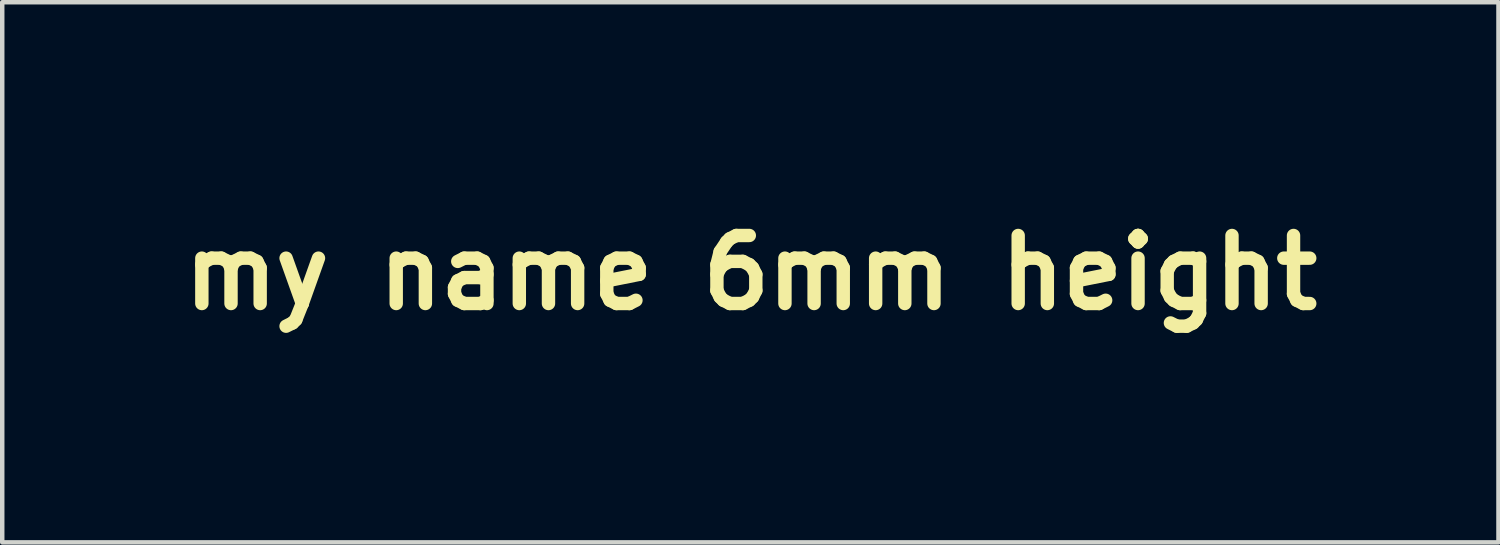
<source format=kicad_pcb>
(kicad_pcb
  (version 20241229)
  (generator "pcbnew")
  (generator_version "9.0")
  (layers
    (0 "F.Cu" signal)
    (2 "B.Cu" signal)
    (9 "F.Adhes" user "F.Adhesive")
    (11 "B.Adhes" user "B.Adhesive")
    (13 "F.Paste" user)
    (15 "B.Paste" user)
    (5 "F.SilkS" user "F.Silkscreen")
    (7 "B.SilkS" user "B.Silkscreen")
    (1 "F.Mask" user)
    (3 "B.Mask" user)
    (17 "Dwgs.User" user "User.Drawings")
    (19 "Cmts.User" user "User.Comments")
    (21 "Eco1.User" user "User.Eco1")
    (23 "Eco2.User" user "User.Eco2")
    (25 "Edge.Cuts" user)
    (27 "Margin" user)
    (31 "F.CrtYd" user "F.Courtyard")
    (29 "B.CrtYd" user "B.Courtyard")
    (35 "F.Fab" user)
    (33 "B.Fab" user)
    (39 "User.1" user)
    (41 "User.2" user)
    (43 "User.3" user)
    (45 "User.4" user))
  (footprint "my name 6mm height"
    (layer "F.Cu")
    (at 13.773 3.06)
    (property "Reference" "my name 6mm height" (at 0 0 0) (layer "F.SilkS") (effects (font (size 1.524 1.524) (thickness 0.3))))
    (attr board_only exclude_from_pos_files exclude_from_bom)
    (fp_poly (pts (xy -7.521 -2.968) (xy -7.357 -2.921) (xy -7.249 -2.843) (xy -7.197 -2.742) (xy -7.19 -2.624) (xy -7.214 -2.456) (xy -7.264 -2.243) (xy -7.337 -1.994) (xy -7.432 -1.717) (xy -7.544 -1.418) (xy -7.671 -1.107) (xy -7.809 -0.789) (xy -7.956 -0.473) (xy -8.109 -0.167) (xy -8.264 0.122) (xy -8.419 0.387) (xy -8.486 0.494) (xy -8.822 0.98) (xy -9.164 1.405) (xy -9.52 1.775) (xy -9.895 2.095) (xy -10.298 2.373) (xy -10.733 2.615) (xy -10.777 2.637) (xy -11.107 2.78) (xy -11.429 2.882) (xy -11.764 2.947) (xy -12.134 2.98) (xy -12.278 2.986) (xy -12.46 2.989) (xy -12.624 2.989) (xy -12.754 2.987) (xy -12.837 2.983) (xy -12.852 2.981) (xy -13.132 2.904) (xy -13.365 2.794) (xy -13.545 2.653) (xy -13.666 2.486) (xy -13.723 2.305) (xy -13.722 2.103) (xy -13.67 1.891) (xy -13.571 1.674) (xy -13.429 1.462) (xy -13.25 1.264) (xy -13.037 1.086) (xy -12.797 0.937) (xy -12.743 0.909) (xy -12.452 0.794) (xy -12.151 0.718) (xy -11.861 0.685) (xy -11.68 0.69) (xy -11.559 0.707) (xy -11.419 0.736) (xy -11.278 0.771) (xy -11.153 0.808) (xy -11.061 0.843) (xy -11.018 0.87) (xy -11.042 0.882) (xy -11.117 0.892) (xy -11.227 0.897) (xy -11.238 0.897) (xy -11.361 0.903) (xy -11.465 0.921) (xy -11.572 0.957) (xy -11.707 1.018) (xy -11.759 1.044) (xy -12.006 1.19) (xy -12.23 1.368) (xy -12.426 1.571) (xy -12.584 1.786) (xy -12.697 2.005) (xy -12.758 2.218) (xy -12.766 2.314) (xy -12.748 2.473) (xy -12.686 2.585) (xy -12.575 2.656) (xy -12.409 2.69) (xy -12.395 2.692) (xy -12.103 2.682) (xy -11.804 2.606) (xy -11.497 2.465) (xy -11.183 2.258) (xy -10.863 1.986) (xy -10.537 1.651) (xy -10.206 1.252) (xy -9.87 0.79) (xy -9.531 0.265) (xy -9.188 -0.321) (xy -9.127 -0.431) (xy -9.042 -0.591) (xy -8.943 -0.782) (xy -8.836 -0.997) (xy -8.723 -1.227) (xy -8.609 -1.465) (xy -8.497 -1.702) (xy -8.39 -1.93) (xy -8.293 -2.143) (xy -8.209 -2.331) (xy -8.142 -2.487) (xy -8.095 -2.604) (xy -8.073 -2.672) (xy -8.073 -2.687) (xy -8.115 -2.689) (xy -8.207 -2.671) (xy -8.335 -2.638) (xy -8.485 -2.594) (xy -8.644 -2.542) (xy -8.798 -2.488) (xy -8.934 -2.435) (xy -9.021 -2.396) (xy -9.325 -2.215) (xy -9.575 -2.003) (xy -9.771 -1.764) (xy -9.91 -1.503) (xy -9.989 -1.225) (xy -10.006 -0.935) (xy -9.96 -0.638) (xy -9.899 -0.456) (xy -9.857 -0.348) (xy -9.827 -0.267) (xy -9.816 -0.231) (xy -9.846 -0.226) (xy -9.925 -0.23) (xy -10.01 -0.238) (xy -10.334 -0.299) (xy -10.613 -0.397) (xy -10.841 -0.529) (xy -11.016 -0.694) (xy -11.119 -0.859) (xy -11.181 -1.036) (xy -11.194 -1.206) (xy -11.155 -1.381) (xy -11.062 -1.574) (xy -10.993 -1.685) (xy -10.804 -1.912) (xy -10.556 -2.125) (xy -10.252 -2.321) (xy -9.9 -2.497) (xy -9.506 -2.652) (xy -9.074 -2.781) (xy -8.612 -2.884) (xy -8.125 -2.957) (xy -8.023 -2.968) (xy -7.743 -2.983)) (stroke (width 0.1) (type solid)) (fill no) (layer "Eco1.User"))
    (fp_poly (pts (xy 5.833 -2.993) (xy 6.026 -2.943) (xy 6.179 -2.854) (xy 6.286 -2.734) (xy 6.338 -2.589) (xy 6.341 -2.537) (xy 6.336 -2.487) (xy 6.319 -2.415) (xy 6.289 -2.317) (xy 6.243 -2.189) (xy 6.181 -2.027) (xy 6.101 -1.826) (xy 6 -1.582) (xy 5.877 -1.29) (xy 5.731 -0.947) (xy 5.559 -0.549) (xy 5.49 -0.388) (xy 5.26 0.144) (xy 5.054 0.622) (xy 4.872 1.044) (xy 4.715 1.41) (xy 4.582 1.718) (xy 4.475 1.969) (xy 4.394 2.16) (xy 4.338 2.292) (xy 4.309 2.363) (xy 4.306 2.372) (xy 4.285 2.406) (xy 4.242 2.421) (xy 4.16 2.419) (xy 4.09 2.412) (xy 3.794 2.354) (xy 3.548 2.255) (xy 3.35 2.111) (xy 3.203 1.932) (xy 3.127 1.784) (xy 3.049 1.579) (xy 2.97 1.329) (xy 2.893 1.043) (xy 2.82 0.733) (xy 2.753 0.408) (xy 2.696 0.081) (xy 2.649 -0.24) (xy 2.615 -0.542) (xy 2.597 -0.816) (xy 2.594 -0.909) (xy 2.592 -1.065) (xy 2.588 -1.163) (xy 2.581 -1.212) (xy 2.567 -1.222) (xy 2.545 -1.2) (xy 2.529 -1.179) (xy 2.502 -1.134) (xy 2.448 -1.035) (xy 2.37 -0.887) (xy 2.27 -0.696) (xy 2.151 -0.468) (xy 2.016 -0.208) (xy 1.869 0.078) (xy 1.712 0.384) (xy 1.599 0.607) (xy 1.437 0.923) (xy 1.284 1.224) (xy 1.141 1.502) (xy 1.013 1.752) (xy 0.901 1.969) (xy 0.809 2.147) (xy 0.739 2.279) (xy 0.696 2.362) (xy 0.682 2.387) (xy 0.614 2.444) (xy 0.506 2.46) (xy 0.355 2.433) (xy 0.249 2.4) (xy 0.068 2.326) (xy -0.061 2.243) (xy -0.153 2.141) (xy -0.17 2.115) (xy -0.213 2.033) (xy -0.235 1.954) (xy -0.233 1.868) (xy -0.204 1.765) (xy -0.146 1.635) (xy -0.056 1.47) (xy 0.07 1.259) (xy 0.079 1.244) (xy 0.292 0.894) (xy 0.522 0.522) (xy 0.762 0.134) (xy 1.01 -0.261) (xy 1.26 -0.658) (xy 1.508 -1.049) (xy 1.75 -1.428) (xy 1.981 -1.787) (xy 2.196 -2.12) (xy 2.393 -2.42) (xy 2.565 -2.679) (xy 2.709 -2.892) (xy 2.772 -2.982) (xy 2.82 -2.997) (xy 2.905 -2.981) (xy 3.01 -2.94) (xy 3.117 -2.882) (xy 3.19 -2.827) (xy 3.244 -2.779) (xy 3.29 -2.736) (xy 3.327 -2.69) (xy 3.356 -2.635) (xy 3.38 -2.566) (xy 3.398 -2.474) (xy 3.411 -2.355) (xy 3.421 -2.201) (xy 3.428 -2.006) (xy 3.434 -1.764) (xy 3.439 -1.467) (xy 3.445 -1.11) (xy 3.445 -1.079) (xy 3.452 -0.661) (xy 3.46 -0.303) (xy 3.47 0.003) (xy 3.481 0.263) (xy 3.494 0.485) (xy 3.51 0.677) (xy 3.53 0.845) (xy 3.553 0.998) (xy 3.58 1.142) (xy 3.581 1.147) (xy 3.619 1.332) (xy 3.808 0.944) (xy 3.868 0.82) (xy 3.951 0.645) (xy 4.053 0.43) (xy 4.169 0.184) (xy 4.294 -0.081) (xy 4.423 -0.356) (xy 4.517 -0.557) (xy 4.654 -0.85) (xy 4.799 -1.156) (xy 4.945 -1.462) (xy 5.085 -1.755) (xy 5.214 -2.02) (xy 5.323 -2.244) (xy 5.371 -2.34) (xy 5.705 -3.01)) (stroke (width 0.1) (type solid)) (fill no) (layer "Eco1.User"))
    (fp_poly (pts (xy -5.659 -0.889) (xy -5.474 -0.821) (xy -5.336 -0.708) (xy -5.247 -0.547) (xy -5.204 -0.343) (xy -5.211 -0.099) (xy -5.27 0.171) (xy -5.376 0.455) (xy -5.527 0.741) (xy -5.609 0.869) (xy -5.674 0.972) (xy -5.696 1.03) (xy -5.68 1.046) (xy -5.591 1.022) (xy -5.465 0.955) (xy -5.31 0.851) (xy -5.152 0.727) (xy -5.06 0.648) (xy -4.987 0.575) (xy -4.924 0.497) (xy -4.862 0.398) (xy -4.79 0.266) (xy -4.701 0.092) (xy -4.561 -0.186) (xy -4.443 -0.409) (xy -4.342 -0.582) (xy -4.253 -0.712) (xy -4.171 -0.803) (xy -4.09 -0.862) (xy -4.004 -0.895) (xy -3.909 -0.908) (xy -3.798 -0.906) (xy -3.776 -0.904) (xy -3.661 -0.889) (xy -3.568 -0.866) (xy -3.53 -0.848) (xy -3.514 -0.835) (xy -3.503 -0.822) (xy -3.5 -0.802) (xy -3.506 -0.765) (xy -3.526 -0.706) (xy -3.56 -0.616) (xy -3.612 -0.489) (xy -3.684 -0.316) (xy -3.778 -0.09) (xy -3.807 -0.022) (xy -3.946 0.309) (xy -3.489 -0.13) (xy -3.326 -0.283) (xy -3.16 -0.432) (xy -3.005 -0.566) (xy -2.875 -0.672) (xy -2.798 -0.729) (xy -2.67 -0.812) (xy -2.574 -0.861) (xy -2.489 -0.885) (xy -2.398 -0.891) (xy -2.279 -0.884) (xy -2.196 -0.853) (xy -2.141 -0.81) (xy -2.091 -0.757) (xy -2.066 -0.703) (xy -2.06 -0.626) (xy -2.067 -0.518) (xy -2.072 -0.459) (xy -2.081 -0.403) (xy -2.095 -0.34) (xy -2.118 -0.266) (xy -2.152 -0.173) (xy -2.199 -0.055) (xy -2.263 0.096) (xy -2.346 0.286) (xy -2.45 0.522) (xy -2.579 0.81) (xy -2.624 0.911) (xy -2.716 1.119) (xy -2.783 1.273) (xy -2.827 1.382) (xy -2.85 1.454) (xy -2.855 1.495) (xy -2.845 1.513) (xy -2.822 1.518) (xy -2.758 1.495) (xy -2.658 1.426) (xy -2.521 1.308) (xy -2.345 1.142) (xy -2.129 0.925) (xy -1.941 0.731) (xy -1.754 0.537) (xy -1.609 0.393) (xy -1.504 0.297) (xy -1.439 0.248) (xy -1.411 0.245) (xy -1.386 0.334) (xy -1.392 0.45) (xy -1.428 0.563) (xy -1.43 0.567) (xy -1.478 0.633) (xy -1.567 0.734) (xy -1.69 0.862) (xy -1.835 1.007) (xy -1.996 1.162) (xy -2.161 1.316) (xy -2.323 1.462) (xy -2.472 1.591) (xy -2.598 1.694) (xy -2.629 1.717) (xy -2.812 1.85) (xy -2.956 1.944) (xy -3.072 2.006) (xy -3.172 2.04) (xy -3.268 2.053) (xy -3.364 2.05) (xy -3.54 2.016) (xy -3.659 1.947) (xy -3.725 1.842) (xy -3.738 1.771) (xy -3.73 1.638) (xy -3.688 1.457) (xy -3.617 1.234) (xy -3.517 0.977) (xy -3.393 0.696) (xy -3.353 0.611) (xy -3.251 0.392) (xy -3.181 0.225) (xy -3.144 0.11) (xy -3.143 0.048) (xy -3.178 0.037) (xy -3.252 0.077) (xy -3.366 0.169) (xy -3.522 0.311) (xy -3.72 0.504) (xy -3.757 0.539) (xy -3.927 0.709) (xy -4.057 0.841) (xy -4.154 0.945) (xy -4.225 1.03) (xy -4.279 1.108) (xy -4.323 1.187) (xy -4.365 1.276) (xy -4.396 1.347) (xy -4.508 1.59) (xy -4.611 1.774) (xy -4.714 1.906) (xy -4.823 1.993) (xy -4.946 2.041) (xy -5.088 2.057) (xy -5.109 2.058) (xy -5.227 2.047) (xy -5.311 2.008) (xy -5.348 1.975) (xy -5.404 1.909) (xy -5.43 1.86) (xy -5.431 1.856) (xy -5.42 1.812) (xy -5.39 1.719) (xy -5.346 1.591) (xy -5.303 1.474) (xy -5.175 1.128) (xy -5.43 1.257) (xy -5.587 1.328) (xy -5.745 1.384) (xy -5.869 1.413) (xy -5.98 1.435) (xy -6.08 1.476) (xy -6.192 1.545) (xy -6.286 1.614) (xy -6.599 1.825) (xy -6.903 1.97) (xy -7.147 2.043) (xy -7.349 2.078) (xy -7.513 2.085) (xy -7.662 2.066) (xy -7.754 2.041) (xy -7.934 1.951) (xy -8.075 1.813) (xy -8.171 1.635) (xy -8.19 1.548) (xy -7.46 1.548) (xy -7.435 1.65) (xy -7.423 1.668) (xy -7.344 1.714) (xy -7.233 1.714) (xy -7.107 1.672) (xy -7.026 1.623) (xy -6.94 1.551) (xy -6.846 1.459) (xy -6.758 1.361) (xy -6.687 1.272) (xy -6.649 1.208) (xy -6.645 1.193) (xy -6.659 1.145) (xy -6.695 1.064) (xy -6.713 1.029) (xy -6.772 0.855) (xy -6.768 0.694) (xy -6.704 0.554) (xy -6.581 0.443) (xy -6.543 0.421) (xy -6.432 0.382) (xy -6.32 0.373) (xy -6.235 0.394) (xy -6.218 0.407) (xy -6.188 0.398) (xy -6.146 0.336) (xy -6.095 0.234) (xy -6.04 0.103) (xy -5.986 -0.044) (xy -5.938 -0.195) (xy -5.899 -0.337) (xy -5.875 -0.458) (xy -5.869 -0.527) (xy -5.886 -0.642) (xy -5.938 -0.699) (xy -5.983 -0.708) (xy -6.115 -0.677) (xy -6.268 -0.591) (xy -6.435 -0.456) (xy -6.608 -0.281) (xy -6.782 -0.072) (xy -6.95 0.164) (xy -7.105 0.421) (xy -7.181 0.564) (xy -7.283 0.789) (xy -7.365 1.011) (xy -7.423 1.219) (xy -7.456 1.401) (xy -7.46 1.548) (xy -8.19 1.548) (xy -8.218 1.425) (xy -8.214 1.22) (xy -8.147 0.921) (xy -8.026 0.612) (xy -7.859 0.306) (xy -7.653 0.016) (xy -7.418 -0.243) (xy -7.197 -0.433) (xy -6.891 -0.638) (xy -6.594 -0.783) (xy -6.295 -0.872) (xy -5.983 -0.909) (xy -5.895 -0.911)) (stroke (width 0.1) (type solid)) (fill no) (layer "Eco1.User"))
    (fp_poly (pts (xy 13.49 -2.178) (xy 13.608 -2.156) (xy 13.686 -2.117) (xy 13.694 -2.109) (xy 13.697 -2.086) (xy 13.686 -2.036) (xy 13.659 -1.954) (xy 13.615 -1.837) (xy 13.552 -1.681) (xy 13.469 -1.483) (xy 13.364 -1.237) (xy 13.235 -0.94) (xy 13.081 -0.588) (xy 12.972 -0.341) (xy 12.83 -0.019) (xy 12.697 0.286) (xy 12.575 0.567) (xy 12.466 0.82) (xy 12.374 1.039) (xy 12.3 1.217) (xy 12.246 1.349) (xy 12.217 1.428) (xy 12.211 1.449) (xy 12.234 1.507) (xy 12.269 1.518) (xy 12.307 1.495) (xy 12.386 1.429) (xy 12.498 1.328) (xy 12.637 1.197) (xy 12.796 1.042) (xy 12.968 0.87) (xy 12.978 0.86) (xy 13.171 0.665) (xy 13.322 0.515) (xy 13.436 0.403) (xy 13.52 0.326) (xy 13.578 0.278) (xy 13.616 0.256) (xy 13.639 0.254) (xy 13.654 0.269) (xy 13.66 0.283) (xy 13.679 0.352) (xy 13.678 0.421) (xy 13.652 0.496) (xy 13.597 0.585) (xy 13.509 0.695) (xy 13.382 0.832) (xy 13.212 1.003) (xy 13.095 1.118) (xy 12.806 1.392) (xy 12.555 1.614) (xy 12.337 1.787) (xy 12.148 1.915) (xy 11.985 2) (xy 11.844 2.043) (xy 11.795 2.05) (xy 11.605 2.041) (xy 11.453 1.979) (xy 11.347 1.871) (xy 11.319 1.821) (xy 11.309 1.77) (xy 11.317 1.697) (xy 11.344 1.582) (xy 11.348 1.563) (xy 11.385 1.428) (xy 11.424 1.302) (xy 11.453 1.224) (xy 11.472 1.173) (xy 11.472 1.152) (xy 11.444 1.167) (xy 11.382 1.22) (xy 11.278 1.315) (xy 11.274 1.318) (xy 11.112 1.461) (xy 10.932 1.608) (xy 10.75 1.748) (xy 10.579 1.871) (xy 10.435 1.964) (xy 10.375 1.998) (xy 10.22 2.052) (xy 10.055 2.071) (xy 9.903 2.052) (xy 9.792 2.002) (xy 9.739 1.955) (xy 9.711 1.902) (xy 9.701 1.821) (xy 9.701 1.729) (xy 9.704 1.526) (xy 9.515 1.672) (xy 9.383 1.766) (xy 9.226 1.865) (xy 9.097 1.938) (xy 8.963 2.003) (xy 8.856 2.039) (xy 8.744 2.055) (xy 8.63 2.058) (xy 8.501 2.055) (xy 8.418 2.043) (xy 8.359 2.015) (xy 8.301 1.965) (xy 8.298 1.962) (xy 8.214 1.844) (xy 8.175 1.698) (xy 8.179 1.543) (xy 9.074 1.543) (xy 9.101 1.576) (xy 9.169 1.583) (xy 9.257 1.565) (xy 9.336 1.528) (xy 9.425 1.468) (xy 9.532 1.388) (xy 9.644 1.3) (xy 9.747 1.214) (xy 9.829 1.14) (xy 9.877 1.091) (xy 9.883 1.078) (xy 9.897 1.039) (xy 9.935 0.948) (xy 9.991 0.819) (xy 10.063 0.661) (xy 10.12 0.537) (xy 10.198 0.368) (xy 10.265 0.22) (xy 10.317 0.106) (xy 10.348 0.035) (xy 10.356 0.017) (xy 10.327 -0.000146) (xy 10.257 -0.027) (xy 10.238 -0.034) (xy 10.155 -0.071) (xy 10.122 -0.106) (xy 10.143 -0.13) (xy 10.188 -0.135) (xy 10.3 -0.157) (xy 10.427 -0.214) (xy 10.552 -0.295) (xy 10.66 -0.388) (xy 10.735 -0.481) (xy 10.76 -0.559) (xy 10.739 -0.651) (xy 10.679 -0.696) (xy 10.587 -0.696) (xy 10.47 -0.653) (xy 10.333 -0.571) (xy 10.183 -0.452) (xy 10.027 -0.299) (xy 9.954 -0.217) (xy 9.819 -0.043) (xy 9.68 0.165) (xy 9.543 0.394) (xy 9.413 0.633) (xy 9.296 0.871) (xy 9.198 1.096) (xy 9.125 1.296) (xy 9.083 1.461) (xy 9.074 1.543) (xy 8.179 1.543) (xy 8.18 1.514) (xy 8.203 1.378) (xy 8.226 1.264) (xy 8.24 1.182) (xy 8.242 1.147) (xy 8.242 1.147) (xy 8.213 1.167) (xy 8.144 1.222) (xy 8.047 1.301) (xy 7.974 1.362) (xy 7.716 1.559) (xy 7.435 1.743) (xy 7.155 1.897) (xy 6.974 1.98) (xy 6.783 2.038) (xy 6.568 2.073) (xy 6.353 2.083) (xy 6.163 2.065) (xy 6.083 2.045) (xy 5.867 1.949) (xy 5.708 1.818) (xy 5.602 1.648) (xy 5.547 1.437) (xy 5.542 1.389) (xy 5.549 1.152) (xy 5.608 0.891) (xy 5.714 0.618) (xy 5.714 0.618) (xy 6.578 0.618) (xy 6.606 0.619) (xy 6.683 0.592) (xy 6.8 0.543) (xy 6.945 0.474) (xy 6.999 0.447) (xy 7.264 0.296) (xy 7.493 0.131) (xy 7.68 -0.043) (xy 7.818 -0.218) (xy 7.902 -0.389) (xy 7.927 -0.529) (xy 7.924 -0.62) (xy 7.905 -0.662) (xy 7.858 -0.674) (xy 7.824 -0.675) (xy 7.682 -0.645) (xy 7.52 -0.56) (xy 7.345 -0.426) (xy 7.164 -0.249) (xy 6.983 -0.038) (xy 6.811 0.203) (xy 6.685 0.409) (xy 6.63 0.509) (xy 6.591 0.585) (xy 6.578 0.618) (xy 5.714 0.618) (xy 5.859 0.344) (xy 6.039 0.081) (xy 6.249 -0.159) (xy 6.312 -0.221) (xy 6.636 -0.488) (xy 6.967 -0.69) (xy 7.307 -0.826) (xy 7.652 -0.895) (xy 7.741 -0.902) (xy 7.981 -0.905) (xy 8.169 -0.881) (xy 8.317 -0.828) (xy 8.437 -0.744) (xy 8.456 -0.726) (xy 8.524 -0.649) (xy 8.557 -0.576) (xy 8.567 -0.476) (xy 8.568 -0.436) (xy 8.55 -0.268) (xy 8.494 -0.113) (xy 8.391 0.043) (xy 8.235 0.212) (xy 8.198 0.247) (xy 7.975 0.429) (xy 7.72 0.587) (xy 7.447 0.715) (xy 7.172 0.809) (xy 6.908 0.862) (xy 6.671 0.868) (xy 6.658 0.867) (xy 6.477 0.848) (xy 6.422 1.036) (xy 6.382 1.241) (xy 6.386 1.421) (xy 6.432 1.566) (xy 6.496 1.646) (xy 6.563 1.695) (xy 6.632 1.715) (xy 6.732 1.714) (xy 6.768 1.71) (xy 6.964 1.665) (xy 7.188 1.57) (xy 7.433 1.431) (xy 7.688 1.257) (xy 7.946 1.052) (xy 8.198 0.824) (xy 8.434 0.58) (xy 8.647 0.325) (xy 8.706 0.247) (xy 8.981 -0.086) (xy 9.288 -0.375) (xy 9.616 -0.611) (xy 9.958 -0.787) (xy 9.982 -0.797) (xy 10.192 -0.864) (xy 10.413 -0.905) (xy 10.634 -0.92) (xy 10.843 -0.911) (xy 11.028 -0.877) (xy 11.177 -0.821) (xy 11.278 -0.742) (xy 11.299 -0.71) (xy 11.333 -0.58) (xy 11.309 -0.444) (xy 11.25 -0.344) (xy 11.197 -0.278) (xy 11.186 -0.242) (xy 11.214 -0.212) (xy 11.235 -0.198) (xy 11.276 -0.165) (xy 11.287 -0.127) (xy 11.267 -0.062) (xy 11.25 -0.017) (xy 11.215 0.062) (xy 11.159 0.187) (xy 11.087 0.342) (xy 11.007 0.513) (xy 10.978 0.573) (xy 10.866 0.816) (xy 10.772 1.032) (xy 10.698 1.217) (xy 10.648 1.362) (xy 10.623 1.462) (xy 10.626 1.51) (xy 10.63 1.513) (xy 10.686 1.502) (xy 10.779 1.442) (xy 10.909 1.331) (xy 11.077 1.169) (xy 11.285 0.954) (xy 11.353 0.882) (xy 11.51 0.714) (xy 11.628 0.582) (xy 11.716 0.474) (xy 11.784 0.38) (xy 11.84 0.286) (xy 11.893 0.181) (xy 11.938 0.081) (xy 12.026 -0.114) (xy 12.129 -0.333) (xy 12.241 -0.569) (xy 12.359 -0.813) (xy 12.479 -1.055) (xy 12.596 -1.289) (xy 12.706 -1.505) (xy 12.805 -1.695) (xy 12.888 -1.851) (xy 12.952 -1.964) (xy 12.992 -2.026) (xy 12.996 -2.03) (xy 13.084 -2.097) (xy 13.197 -2.151) (xy 13.225 -2.159) (xy 13.355 -2.18)) (stroke (width 0.1) (type solid)) (fill no) (layer "Eco1.User")))
  (gr_rect
    (start -3 -3)
    (end 30.52 9.1)
    (stroke (width 0.1) (type default))
    (fill no)
    (layer "Edge.Cuts")))
</source>
